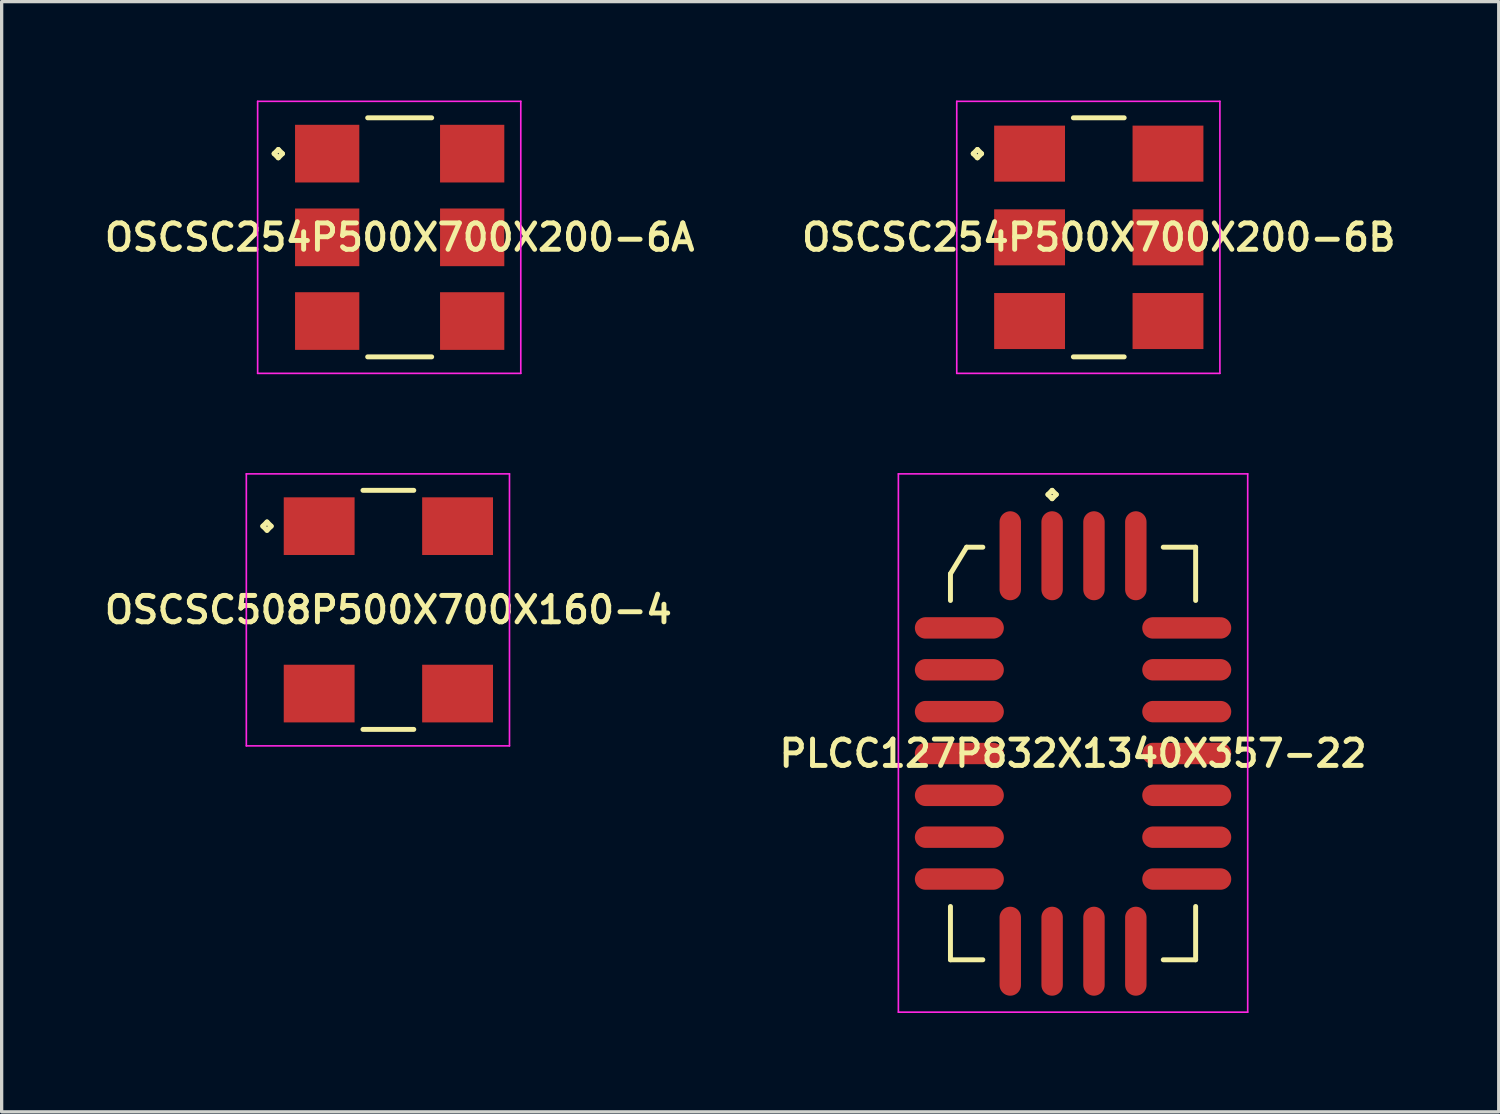
<source format=kicad_pcb>
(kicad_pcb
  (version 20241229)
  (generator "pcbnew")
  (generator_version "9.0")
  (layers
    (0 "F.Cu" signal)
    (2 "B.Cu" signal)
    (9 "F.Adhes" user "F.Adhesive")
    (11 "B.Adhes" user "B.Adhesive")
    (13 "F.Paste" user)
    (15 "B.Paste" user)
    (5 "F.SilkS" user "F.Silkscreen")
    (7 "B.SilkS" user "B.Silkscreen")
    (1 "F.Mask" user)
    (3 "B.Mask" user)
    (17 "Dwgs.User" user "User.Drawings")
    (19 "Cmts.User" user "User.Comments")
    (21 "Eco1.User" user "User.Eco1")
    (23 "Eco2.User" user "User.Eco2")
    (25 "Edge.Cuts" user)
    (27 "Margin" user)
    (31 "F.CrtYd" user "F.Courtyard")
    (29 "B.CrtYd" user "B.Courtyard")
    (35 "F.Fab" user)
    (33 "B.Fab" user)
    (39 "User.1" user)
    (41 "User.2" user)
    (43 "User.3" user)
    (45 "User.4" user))
  (footprint "OSCSC254P500X700X200-6B"
    (layer "F.Cu")
    (at 30.292 4.152)
    (property "Reference" "OSCSC254P500X700X200-6B" (at 0 0 0) (layer "F.SilkS") (effects (font (size 0.8 0.8) (thickness 0.15))))
    (attr smd)
    (fp_line (start -3.81 -2.54) (end -3.683 -2.667) (stroke (width 0.15) (type solid)) (layer "F.SilkS"))
    (fp_line (start -3.683 -2.667) (end -3.556 -2.54) (stroke (width 0.15) (type solid)) (layer "F.SilkS"))
    (fp_line (start -3.683 -2.413) (end -3.81 -2.54) (stroke (width 0.15) (type solid)) (layer "F.SilkS"))
    (fp_line (start -3.556 -2.54) (end -3.683 -2.413) (stroke (width 0.15) (type solid)) (layer "F.SilkS"))
    (fp_line (start -0.771 -3.627) (end 0.771 -3.627) (stroke (width 0.15) (type solid)) (layer "F.SilkS"))
    (fp_line (start -0.771 3.627) (end 0.771 3.627) (stroke (width 0.15) (type solid)) (layer "F.SilkS"))
    (fp_line (start -4.31 -4.127) (end 3.675 -4.127) (stroke (width 0.05) (type solid)) (layer "F.CrtYd"))
    (fp_line (start -4.31 4.127) (end -4.31 -4.127) (stroke (width 0.05) (type solid)) (layer "F.CrtYd"))
    (fp_line (start 3.675 -4.127) (end 3.675 4.127) (stroke (width 0.05) (type solid)) (layer "F.CrtYd"))
    (fp_line (start 3.675 4.127) (end -4.31 4.127) (stroke (width 0.05) (type solid)) (layer "F.CrtYd"))
    (pad "1" smd rect (at -2.1 -2.54) (size 2.15 1.7) (layers "F.Cu" "F.Mask" "F.Paste"))
    (pad "2" smd rect (at -2.1 0) (size 2.15 1.7) (layers "F.Cu" "F.Mask" "F.Paste"))
    (pad "3" smd rect (at -2.1 2.54) (size 2.15 1.7) (layers "F.Cu" "F.Mask" "F.Paste"))
    (pad "4" smd rect (at 2.1 2.54) (size 2.15 1.7) (layers "F.Cu" "F.Mask" "F.Paste"))
    (pad "5" smd rect (at 2.1 0) (size 2.15 1.7) (layers "F.Cu" "F.Mask" "F.Paste"))
    (pad "6" smd rect (at 2.1 -2.54) (size 2.15 1.7) (layers "F.Cu" "F.Mask" "F.Paste")))
  (footprint "OSCSC254P500X700X200-6A"
    (layer "F.Cu")
    (at 9.078 4.152)
    (property "Reference" "OSCSC254P500X700X200-6A" (at 0 0 0) (layer "F.SilkS") (effects (font (size 0.8 0.8) (thickness 0.15))))
    (attr smd)
    (fp_line (start -3.81 -2.54) (end -3.683 -2.667) (stroke (width 0.15) (type solid)) (layer "F.SilkS"))
    (fp_line (start -3.683 -2.667) (end -3.556 -2.54) (stroke (width 0.15) (type solid)) (layer "F.SilkS"))
    (fp_line (start -3.683 -2.413) (end -3.81 -2.54) (stroke (width 0.15) (type solid)) (layer "F.SilkS"))
    (fp_line (start -3.556 -2.54) (end -3.683 -2.413) (stroke (width 0.15) (type solid)) (layer "F.SilkS"))
    (fp_line (start -0.971 -3.627) (end 0.971 -3.627) (stroke (width 0.15) (type solid)) (layer "F.SilkS"))
    (fp_line (start -0.971 3.627) (end 0.971 3.627) (stroke (width 0.15) (type solid)) (layer "F.SilkS"))
    (fp_line (start -4.31 -4.127) (end 3.675 -4.127) (stroke (width 0.05) (type solid)) (layer "F.CrtYd"))
    (fp_line (start -4.31 4.127) (end -4.31 -4.127) (stroke (width 0.05) (type solid)) (layer "F.CrtYd"))
    (fp_line (start 3.675 -4.127) (end 3.675 4.127) (stroke (width 0.05) (type solid)) (layer "F.CrtYd"))
    (fp_line (start 3.675 4.127) (end -4.31 4.127) (stroke (width 0.05) (type solid)) (layer "F.CrtYd"))
    (pad "1" smd rect (at -2.2 -2.54) (size 1.95 1.75) (layers "F.Cu" "F.Mask" "F.Paste"))
    (pad "2" smd rect (at -2.2 0) (size 1.95 1.75) (layers "F.Cu" "F.Mask" "F.Paste"))
    (pad "3" smd rect (at -2.2 2.54) (size 1.95 1.75) (layers "F.Cu" "F.Mask" "F.Paste"))
    (pad "4" smd rect (at 2.2 2.54) (size 1.95 1.75) (layers "F.Cu" "F.Mask" "F.Paste"))
    (pad "5" smd rect (at 2.2 0) (size 1.95 1.75) (layers "F.Cu" "F.Mask" "F.Paste"))
    (pad "6" smd rect (at 2.2 -2.54) (size 1.95 1.75) (layers "F.Cu" "F.Mask" "F.Paste")))
  (footprint "OSCSC508P500X700X160-4"
    (layer "F.Cu")
    (at 8.735 15.456)
    (property "Reference" "OSCSC508P500X700X160-4" (at 0 0 0) (layer "F.SilkS") (effects (font (size 0.8 0.8) (thickness 0.15))))
    (attr smd)
    (fp_line (start -3.81 -2.54) (end -3.683 -2.667) (stroke (width 0.15) (type solid)) (layer "F.SilkS"))
    (fp_line (start -3.683 -2.667) (end -3.556 -2.54) (stroke (width 0.15) (type solid)) (layer "F.SilkS"))
    (fp_line (start -3.683 -2.413) (end -3.81 -2.54) (stroke (width 0.15) (type solid)) (layer "F.SilkS"))
    (fp_line (start -3.556 -2.54) (end -3.683 -2.413) (stroke (width 0.15) (type solid)) (layer "F.SilkS"))
    (fp_line (start -0.771 -3.627) (end 0.771 -3.627) (stroke (width 0.15) (type solid)) (layer "F.SilkS"))
    (fp_line (start -0.771 3.627) (end 0.771 3.627) (stroke (width 0.15) (type solid)) (layer "F.SilkS"))
    (fp_line (start -4.31 -4.127) (end 3.675 -4.127) (stroke (width 0.05) (type solid)) (layer "F.CrtYd"))
    (fp_line (start -4.31 4.127) (end -4.31 -4.127) (stroke (width 0.05) (type solid)) (layer "F.CrtYd"))
    (fp_line (start 3.675 -4.127) (end 3.675 4.127) (stroke (width 0.05) (type solid)) (layer "F.CrtYd"))
    (fp_line (start 3.675 4.127) (end -4.31 4.127) (stroke (width 0.05) (type solid)) (layer "F.CrtYd"))
    (pad "1" smd rect (at -2.1 -2.54) (size 2.15 1.75) (layers "F.Cu" "F.Mask" "F.Paste"))
    (pad "2" smd rect (at -2.1 2.54) (size 2.15 1.75) (layers "F.Cu" "F.Mask" "F.Paste"))
    (pad "3" smd rect (at 2.1 2.54) (size 2.15 1.75) (layers "F.Cu" "F.Mask" "F.Paste"))
    (pad "4" smd rect (at 2.1 -2.54) (size 2.15 1.75) (layers "F.Cu" "F.Mask" "F.Paste")))
  (footprint "PLCC127P832X1340X357-22"
    (layer "F.Cu")
    (at 29.511 19.814)
    (property "Reference" "PLCC127P832X1340X357-22" (at 0 0 0) (layer "F.SilkS") (effects (font (size 0.8 0.8) (thickness 0.15))))
    (attr smd)
    (fp_line (start -3.72 -5.452) (end -3.229 -6.26) (stroke (width 0.15) (type solid)) (layer "F.SilkS"))
    (fp_line (start -3.72 -4.643) (end -3.72 -5.452) (stroke (width 0.15) (type solid)) (layer "F.SilkS"))
    (fp_line (start -3.72 4.643) (end -3.72 6.26) (stroke (width 0.15) (type solid)) (layer "F.SilkS"))
    (fp_line (start -3.72 6.26) (end -2.738 6.26) (stroke (width 0.15) (type solid)) (layer "F.SilkS"))
    (fp_line (start -3.229 -6.26) (end -2.738 -6.26) (stroke (width 0.15) (type solid)) (layer "F.SilkS"))
    (fp_line (start -0.762 -7.858) (end -0.635 -7.985) (stroke (width 0.15) (type solid)) (layer "F.SilkS"))
    (fp_line (start -0.635 -7.985) (end -0.508 -7.858) (stroke (width 0.15) (type solid)) (layer "F.SilkS"))
    (fp_line (start -0.635 -7.731) (end -0.762 -7.858) (stroke (width 0.15) (type solid)) (layer "F.SilkS"))
    (fp_line (start -0.508 -7.858) (end -0.635 -7.731) (stroke (width 0.15) (type solid)) (layer "F.SilkS"))
    (fp_line (start 3.72 -6.26) (end 2.738 -6.26) (stroke (width 0.15) (type solid)) (layer "F.SilkS"))
    (fp_line (start 3.72 -4.643) (end 3.72 -6.26) (stroke (width 0.15) (type solid)) (layer "F.SilkS"))
    (fp_line (start 3.72 4.643) (end 3.72 6.26) (stroke (width 0.15) (type solid)) (layer "F.SilkS"))
    (fp_line (start 3.72 6.26) (end 2.738 6.26) (stroke (width 0.15) (type solid)) (layer "F.SilkS"))
    (fp_line (start -5.3 -8.485) (end 5.3 -8.485) (stroke (width 0.05) (type solid)) (layer "F.CrtYd"))
    (fp_line (start -5.3 7.85) (end -5.3 -8.485) (stroke (width 0.05) (type solid)) (layer "F.CrtYd"))
    (fp_line (start 5.3 -8.485) (end 5.3 7.85) (stroke (width 0.05) (type solid)) (layer "F.CrtYd"))
    (fp_line (start 5.3 7.85) (end -5.3 7.85) (stroke (width 0.05) (type solid)) (layer "F.CrtYd"))
    (pad "1" smd oval (at -0.635 -6) (size 0.65 2.7) (layers "F.Cu" "F.Mask" "F.Paste"))
    (pad "2" smd oval (at -1.905 -6) (size 0.65 2.7) (layers "F.Cu" "F.Mask" "F.Paste"))
    (pad "3" smd oval (at -3.45 -3.81) (size 2.7 0.65) (layers "F.Cu" "F.Mask" "F.Paste"))
    (pad "4" smd oval (at -3.45 -2.54) (size 2.7 0.65) (layers "F.Cu" "F.Mask" "F.Paste"))
    (pad "5" smd oval (at -3.45 -1.27) (size 2.7 0.65) (layers "F.Cu" "F.Mask" "F.Paste"))
    (pad "6" smd oval (at -3.45 0) (size 2.7 0.65) (layers "F.Cu" "F.Mask" "F.Paste"))
    (pad "7" smd oval (at -3.45 1.27) (size 2.7 0.65) (layers "F.Cu" "F.Mask" "F.Paste"))
    (pad "8" smd oval (at -3.45 2.54) (size 2.7 0.65) (layers "F.Cu" "F.Mask" "F.Paste"))
    (pad "9" smd oval (at -3.45 3.81) (size 2.7 0.65) (layers "F.Cu" "F.Mask" "F.Paste"))
    (pad "10" smd oval (at -1.905 6) (size 0.65 2.7) (layers "F.Cu" "F.Mask" "F.Paste"))
    (pad "11" smd oval (at -0.635 6) (size 0.65 2.7) (layers "F.Cu" "F.Mask" "F.Paste"))
    (pad "12" smd oval (at 0.635 6) (size 0.65 2.7) (layers "F.Cu" "F.Mask" "F.Paste"))
    (pad "13" smd oval (at 1.905 6) (size 0.65 2.7) (layers "F.Cu" "F.Mask" "F.Paste"))
    (pad "14" smd oval (at 3.45 3.81) (size 2.7 0.65) (layers "F.Cu" "F.Mask" "F.Paste"))
    (pad "15" smd oval (at 3.45 2.54) (size 2.7 0.65) (layers "F.Cu" "F.Mask" "F.Paste"))
    (pad "16" smd oval (at 3.45 1.27) (size 2.7 0.65) (layers "F.Cu" "F.Mask" "F.Paste"))
    (pad "17" smd oval (at 3.45 0) (size 2.7 0.65) (layers "F.Cu" "F.Mask" "F.Paste"))
    (pad "18" smd oval (at 3.45 -1.27) (size 2.7 0.65) (layers "F.Cu" "F.Mask" "F.Paste"))
    (pad "19" smd oval (at 3.45 -2.54) (size 2.7 0.65) (layers "F.Cu" "F.Mask" "F.Paste"))
    (pad "20" smd oval (at 3.45 -3.81) (size 2.7 0.65) (layers "F.Cu" "F.Mask" "F.Paste"))
    (pad "21" smd oval (at 1.905 -6) (size 0.65 2.7) (layers "F.Cu" "F.Mask" "F.Paste"))
    (pad "22" smd oval (at 0.635 -6) (size 0.65 2.7) (layers "F.Cu" "F.Mask" "F.Paste")))
  (gr_rect
    (start -3 -3)
    (end 42.428 30.689)
    (stroke (width 0.1) (type default))
    (fill no)
    (layer "Edge.Cuts")))
</source>
